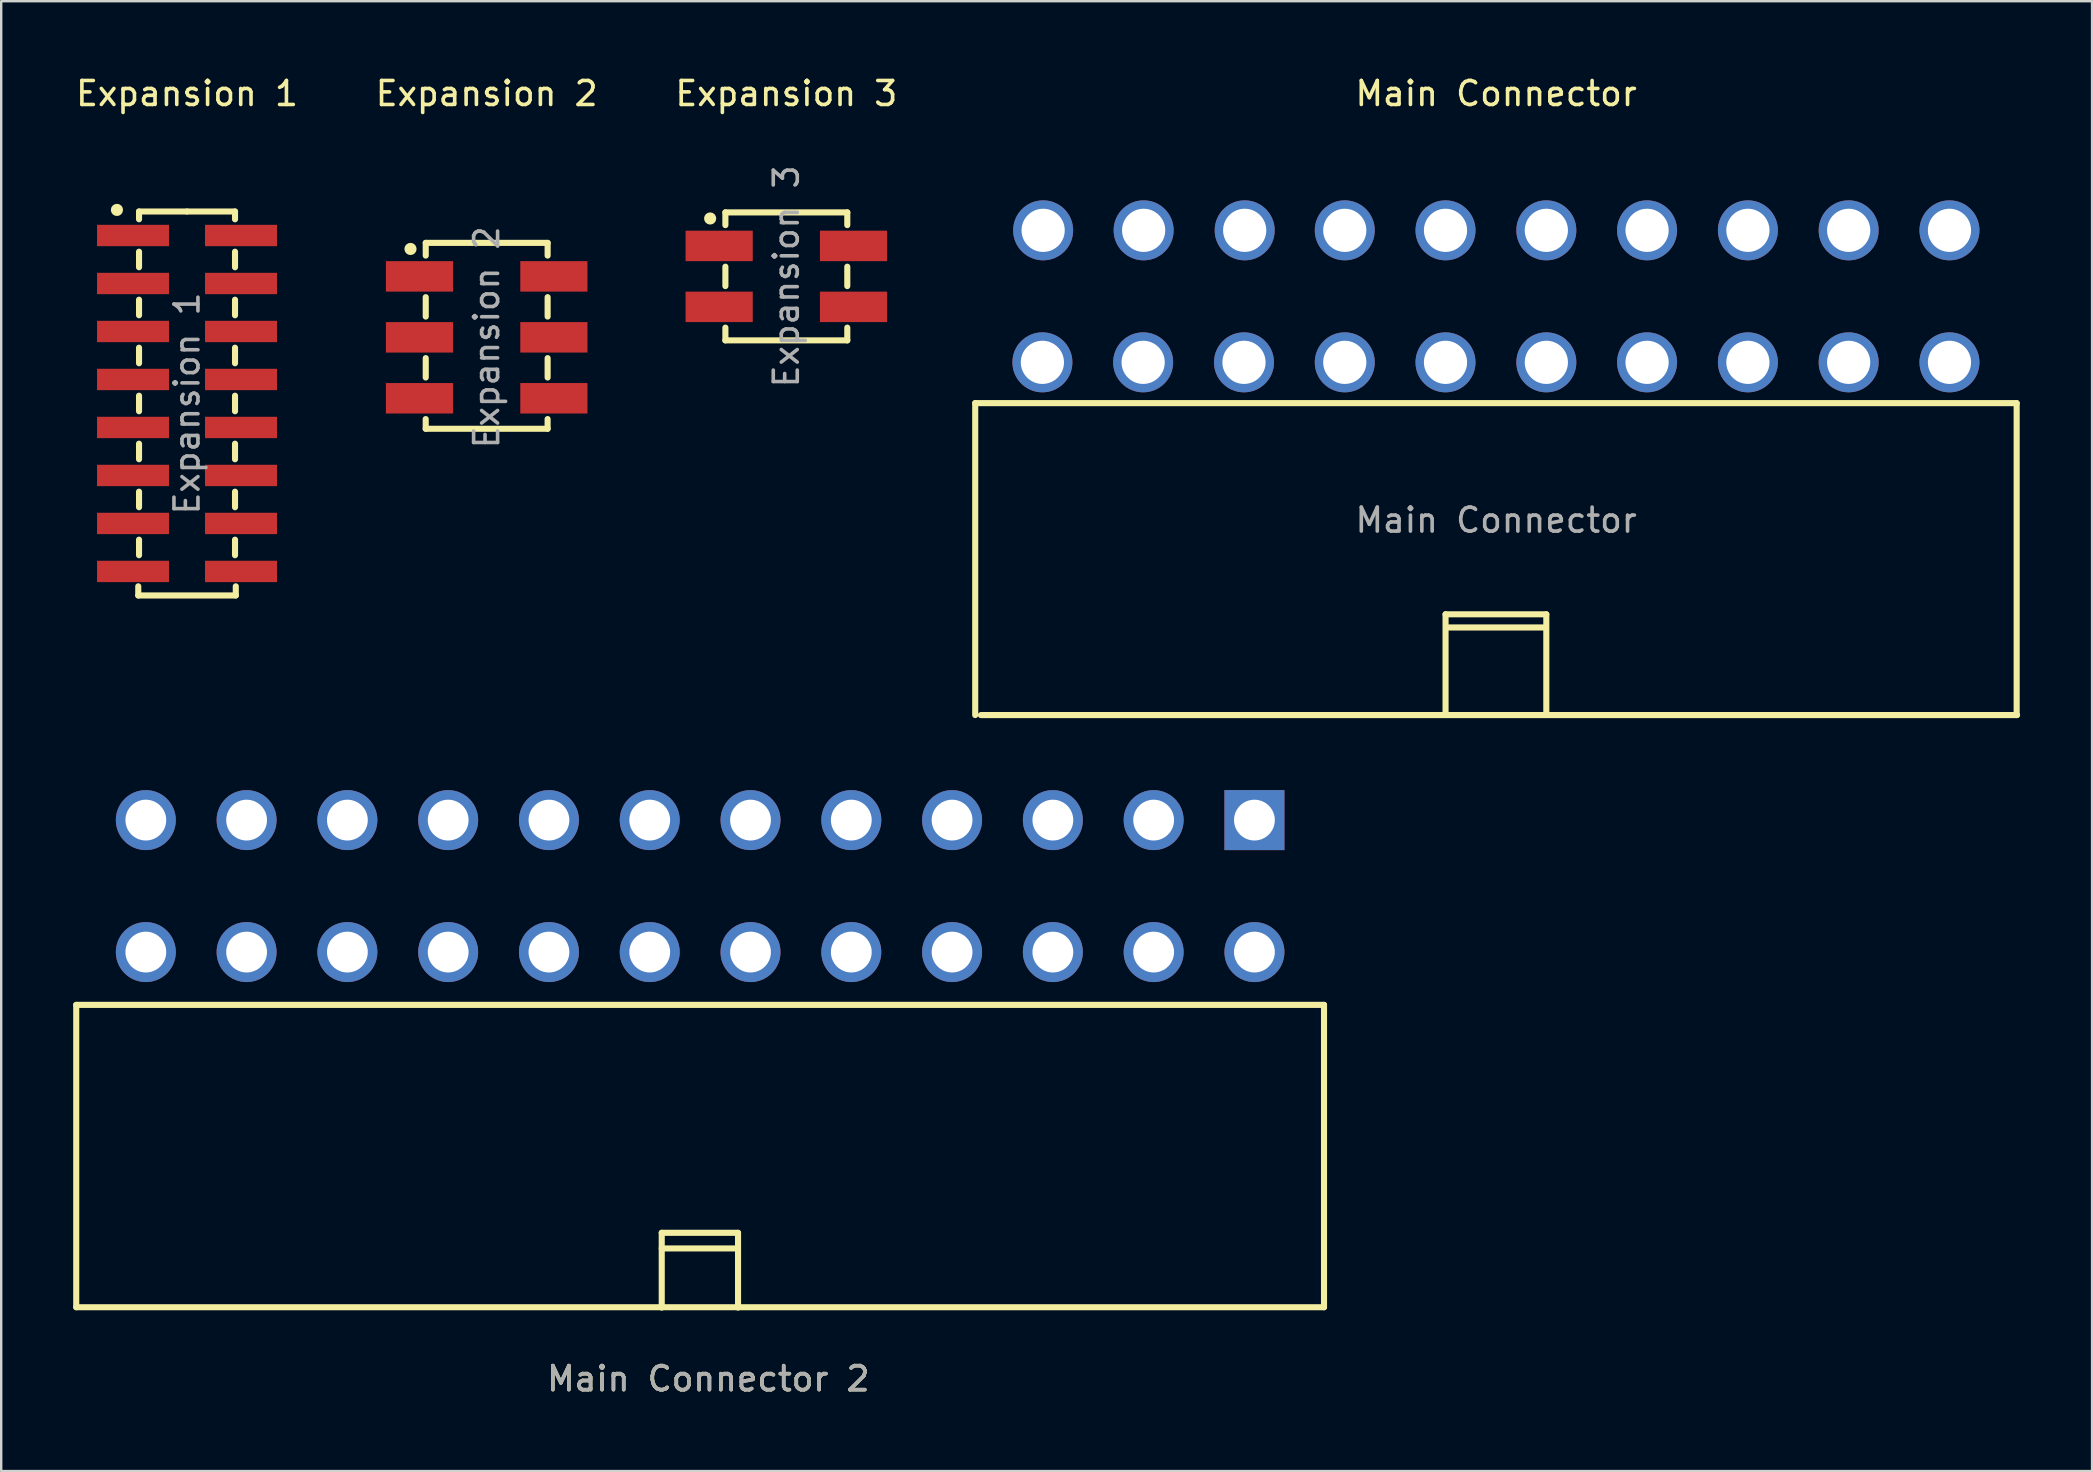
<source format=kicad_pcb>
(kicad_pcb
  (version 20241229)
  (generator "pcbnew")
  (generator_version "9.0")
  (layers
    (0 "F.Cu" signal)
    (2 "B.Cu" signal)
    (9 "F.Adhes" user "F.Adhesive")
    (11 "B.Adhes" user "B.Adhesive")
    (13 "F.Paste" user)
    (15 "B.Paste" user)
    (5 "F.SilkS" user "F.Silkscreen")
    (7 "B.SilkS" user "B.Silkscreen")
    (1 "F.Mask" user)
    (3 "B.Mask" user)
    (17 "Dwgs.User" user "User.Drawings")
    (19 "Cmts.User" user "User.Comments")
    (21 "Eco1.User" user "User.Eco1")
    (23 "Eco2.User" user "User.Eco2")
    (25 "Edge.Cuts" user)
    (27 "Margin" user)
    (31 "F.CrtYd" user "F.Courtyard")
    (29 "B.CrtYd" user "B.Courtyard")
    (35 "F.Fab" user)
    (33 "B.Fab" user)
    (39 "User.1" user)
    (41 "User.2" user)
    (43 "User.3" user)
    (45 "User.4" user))
  (footprint "Main Connector 2"
    (layer "F.Cu")
    (at 26.467 39.167)
    (property "Reference" "Main Connector 2" (at 0 15.24 0) (unlocked yes) (layer "F.SilkS") (effects (font (size 1 1) (thickness 0.15))))
    (attr through_hole)
    (fp_line (start -26.34 -0.34) (end 25.66 -0.34) (stroke (width 0.254) (type solid)) (layer "F.SilkS"))
    (fp_line (start -26.34 12.26) (end -26.34 -0.34) (stroke (width 0.254) (type solid)) (layer "F.SilkS"))
    (fp_line (start -26.34 12.26) (end 25.66 12.26) (stroke (width 0.254) (type solid)) (layer "F.SilkS"))
    (fp_line (start -1.94 9.159) (end 1.24 9.159) (stroke (width 0.254) (type solid)) (layer "F.SilkS"))
    (fp_line (start -1.94 9.81) (end 1.24 9.81) (stroke (width 0.254) (type solid)) (layer "F.SilkS"))
    (fp_line (start -1.94 12.275) (end -1.94 9.159) (stroke (width 0.254) (type solid)) (layer "F.SilkS"))
    (fp_line (start 1.24 9.159) (end 1.24 12.275) (stroke (width 0.254) (type solid)) (layer "F.SilkS"))
    (fp_line (start 25.66 12.26) (end 25.66 -0.34) (stroke (width 0.254) (type solid)) (layer "F.SilkS"))
    (fp_text user "${REFERENCE}" (at 0 15.24 0) (unlocked yes) (layer "F.Fab") (effects (font (size 1 1) (thickness 0.15))))
    (pad "1" thru_hole rect (at 22.76 -8.04) (size 2.5 2.5) (drill 1.7) (layers "*.Cu" "*.Paste" "*.Mask"))
    (pad "2" thru_hole circle (at 22.76 -2.54) (size 2.5 2.5) (drill 1.7) (layers "*.Cu" "*.Paste" "*.Mask"))
    (pad "3" thru_hole circle (at 18.56 -8.04) (size 2.5 2.5) (drill 1.7) (layers "*.Cu" "*.Paste" "*.Mask"))
    (pad "4" thru_hole circle (at 18.56 -2.54) (size 2.5 2.5) (drill 1.7) (layers "*.Cu" "*.Paste" "*.Mask"))
    (pad "5" thru_hole circle (at 14.36 -8.04) (size 2.5 2.5) (drill 1.7) (layers "*.Cu" "*.Paste" "*.Mask"))
    (pad "6" thru_hole circle (at 14.36 -2.54) (size 2.5 2.5) (drill 1.7) (layers "*.Cu" "*.Paste" "*.Mask"))
    (pad "7" thru_hole circle (at 10.16 -8.04) (size 2.5 2.5) (drill 1.7) (layers "*.Cu" "*.Paste" "*.Mask"))
    (pad "8" thru_hole circle (at 10.16 -2.54) (size 2.5 2.5) (drill 1.7) (layers "*.Cu" "*.Paste" "*.Mask"))
    (pad "9" thru_hole circle (at 5.96 -8.04) (size 2.5 2.5) (drill 1.7) (layers "*.Cu" "*.Paste" "*.Mask"))
    (pad "10" thru_hole circle (at 5.96 -2.54) (size 2.5 2.5) (drill 1.7) (layers "*.Cu" "*.Paste" "*.Mask"))
    (pad "11" thru_hole circle (at 1.76 -8.04) (size 2.5 2.5) (drill 1.7) (layers "*.Cu" "*.Paste" "*.Mask"))
    (pad "12" thru_hole circle (at 1.76 -2.54) (size 2.5 2.5) (drill 1.7) (layers "*.Cu" "*.Paste" "*.Mask"))
    (pad "13" thru_hole circle (at -2.44 -8.04) (size 2.5 2.5) (drill 1.7) (layers "*.Cu" "*.Paste" "*.Mask"))
    (pad "14" thru_hole circle (at -2.44 -2.54) (size 2.5 2.5) (drill 1.7) (layers "*.Cu" "*.Paste" "*.Mask"))
    (pad "15" thru_hole circle (at -6.64 -8.04) (size 2.5 2.5) (drill 1.7) (layers "*.Cu" "*.Paste" "*.Mask"))
    (pad "16" thru_hole circle (at -6.64 -2.54) (size 2.5 2.5) (drill 1.7) (layers "*.Cu" "*.Paste" "*.Mask"))
    (pad "17" thru_hole circle (at -10.84 -8.04) (size 2.5 2.5) (drill 1.7) (layers "*.Cu" "*.Paste" "*.Mask"))
    (pad "18" thru_hole circle (at -10.84 -2.54) (size 2.5 2.5) (drill 1.7) (layers "*.Cu" "*.Paste" "*.Mask"))
    (pad "19" thru_hole circle (at -15.04 -8.04) (size 2.5 2.5) (drill 1.7) (layers "*.Cu" "*.Paste" "*.Mask"))
    (pad "20" thru_hole circle (at -15.04 -2.54) (size 2.5 2.5) (drill 1.7) (layers "*.Cu" "*.Paste" "*.Mask"))
    (pad "21" thru_hole circle (at -19.24 -8.04) (size 2.5 2.5) (drill 1.7) (layers "*.Cu" "*.Paste" "*.Mask"))
    (pad "22" thru_hole circle (at -19.24 -2.54) (size 2.5 2.5) (drill 1.7) (layers "*.Cu" "*.Paste" "*.Mask"))
    (pad "23" thru_hole circle (at -23.44 -8.04) (size 2.5 2.5) (drill 1.7) (layers "*.Cu" "*.Paste" "*.Mask"))
    (pad "24" thru_hole circle (at -23.44 -2.54) (size 2.5 2.5) (drill 1.7) (layers "*.Cu" "*.Paste" "*.Mask")))
  (footprint "Main Connector"
    (layer "F.Cu")
    (at 59.3 16.088)
    (property "Reference" "Main Connector" (at 0 -15.24 0) (unlocked yes) (layer "F.SilkS") (effects (font (size 1 1) (thickness 0.15))))
    (attr through_hole)
    (fp_line (start -21.709 -2.338) (end -21.709 10.662) (stroke (width 0.254) (type solid)) (layer "F.SilkS"))
    (fp_line (start -21.709 -2.338) (end 21.692 -2.338) (stroke (width 0.254) (type solid)) (layer "F.SilkS"))
    (fp_line (start -21.471 10.662) (end 21.709 10.662) (stroke (width 0.254) (type solid)) (layer "F.SilkS"))
    (fp_line (start -2.108 6.462) (end 2.091 6.462) (stroke (width 0.254) (type solid)) (layer "F.SilkS"))
    (fp_line (start -2.108 10.662) (end -2.108 6.462) (stroke (width 0.254) (type solid)) (layer "F.SilkS"))
    (fp_line (start -2.041 7.011) (end 2.023 7.011) (stroke (width 0.254) (type solid)) (layer "F.SilkS"))
    (fp_line (start 2.091 6.462) (end 2.091 10.662) (stroke (width 0.254) (type solid)) (layer "F.SilkS"))
    (fp_line (start 21.692 -2.338) (end 21.692 10.662) (stroke (width 0.254) (type solid)) (layer "F.SilkS"))
    (fp_text user "${REFERENCE}" (at 0 2.54 0) (unlocked yes) (layer "F.Fab") (effects (font (size 1 1) (thickness 0.15))))
    (pad "1" thru_hole circle (at -18.909 -4.038) (size 2.5 2.5) (drill 1.8) (layers "*.Cu" "*.Paste" "*.Mask"))
    (pad "2" thru_hole circle (at -18.878 -9.539) (size 2.5 2.5) (drill 1.8) (layers "*.Cu" "*.Paste" "*.Mask"))
    (pad "3" thru_hole circle (at -14.71 -4.038) (size 2.5 2.5) (drill 1.8) (layers "*.Cu" "*.Paste" "*.Mask"))
    (pad "4" thru_hole circle (at -14.69 -9.539) (size 2.5 2.5) (drill 1.8) (layers "*.Cu" "*.Paste" "*.Mask"))
    (pad "5" thru_hole circle (at -10.508 -4.038) (size 2.5 2.5) (drill 1.8) (layers "*.Cu" "*.Paste" "*.Mask"))
    (pad "6" thru_hole circle (at -10.479 -9.539) (size 2.5 2.5) (drill 1.8) (layers "*.Cu" "*.Paste" "*.Mask"))
    (pad "7" thru_hole circle (at -6.308 -4.038) (size 2.5 2.5) (drill 1.8) (layers "*.Cu" "*.Paste" "*.Mask"))
    (pad "8" thru_hole circle (at -6.308 -9.539) (size 2.5 2.5) (drill 1.8) (layers "*.Cu" "*.Paste" "*.Mask"))
    (pad "9" thru_hole circle (at -2.11 -4.038) (size 2.5 2.5) (drill 1.8) (layers "*.Cu" "*.Paste" "*.Mask"))
    (pad "10" thru_hole circle (at -2.11 -9.539) (size 2.5 2.5) (drill 1.8) (layers "*.Cu" "*.Paste" "*.Mask"))
    (pad "11" thru_hole circle (at 2.092 -4.038) (size 2.5 2.5) (drill 1.8) (layers "*.Cu" "*.Paste" "*.Mask"))
    (pad "12" thru_hole circle (at 2.092 -9.539) (size 2.5 2.5) (drill 1.8) (layers "*.Cu" "*.Paste" "*.Mask"))
    (pad "13" thru_hole circle (at 6.29 -4.038) (size 2.5 2.5) (drill 1.8) (layers "*.Cu" "*.Paste" "*.Mask"))
    (pad "14" thru_hole circle (at 6.29 -9.539) (size 2.5 2.5) (drill 1.8) (layers "*.Cu" "*.Paste" "*.Mask"))
    (pad "15" thru_hole circle (at 10.492 -4.038) (size 2.5 2.5) (drill 1.8) (layers "*.Cu" "*.Paste" "*.Mask"))
    (pad "16" thru_hole circle (at 10.492 -9.539) (size 2.5 2.5) (drill 1.8) (layers "*.Cu" "*.Paste" "*.Mask"))
    (pad "17" thru_hole circle (at 14.691 -4.038) (size 2.5 2.5) (drill 1.8) (layers "*.Cu" "*.Paste" "*.Mask"))
    (pad "18" thru_hole circle (at 14.691 -9.539) (size 2.5 2.5) (drill 1.8) (layers "*.Cu" "*.Paste" "*.Mask"))
    (pad "19" thru_hole circle (at 18.892 -4.038) (size 2.5 2.5) (drill 1.8) (layers "*.Cu" "*.Paste" "*.Mask"))
    (pad "20" thru_hole circle (at 18.892 -9.539) (size 2.5 2.5) (drill 1.8) (layers "*.Cu" "*.Paste" "*.Mask")))
  (footprint "Expansion 1"
    (layer "F.Cu")
    (at 4.744 13.548)
    (property "Reference" "Expansion 1" (at 0 -12.7 0) (unlocked yes) (layer "F.SilkS") (effects (font (size 1 1) (thickness 0.15))))
    (attr smd)
    (fp_line (start -2.032 8.217) (end -2.032 7.836) (stroke (width 0.254) (type solid)) (layer "F.SilkS"))
    (fp_line (start -2 -7.784) (end -2 -7.46) (stroke (width 0.254) (type solid)) (layer "F.SilkS"))
    (fp_line (start -2 -6.108) (end -2 -5.46) (stroke (width 0.254) (type solid)) (layer "F.SilkS"))
    (fp_line (start -2 -4.108) (end -2 -3.46) (stroke (width 0.254) (type solid)) (layer "F.SilkS"))
    (fp_line (start -2 -2.108) (end -2 -1.46) (stroke (width 0.254) (type solid)) (layer "F.SilkS"))
    (fp_line (start -2 -0.108) (end -2 0.54) (stroke (width 0.254) (type solid)) (layer "F.SilkS"))
    (fp_line (start -2 1.892) (end -2 2.54) (stroke (width 0.254) (type solid)) (layer "F.SilkS"))
    (fp_line (start -2 3.892) (end -2 4.54) (stroke (width 0.254) (type solid)) (layer "F.SilkS"))
    (fp_line (start -2 5.892) (end -2 6.54) (stroke (width 0.254) (type solid)) (layer "F.SilkS"))
    (fp_line (start 0 -7.784) (end -2 -7.784) (stroke (width 0.254) (type solid)) (layer "F.SilkS"))
    (fp_line (start 0 -7.784) (end 2 -7.784) (stroke (width 0.254) (type solid)) (layer "F.SilkS"))
    (fp_line (start 2 -7.784) (end 2 -7.46) (stroke (width 0.254) (type solid)) (layer "F.SilkS"))
    (fp_line (start 2 -6.108) (end 2 -5.46) (stroke (width 0.254) (type solid)) (layer "F.SilkS"))
    (fp_line (start 2 -4.108) (end 2 -3.46) (stroke (width 0.254) (type solid)) (layer "F.SilkS"))
    (fp_line (start 2 -2.108) (end 2 -1.46) (stroke (width 0.254) (type solid)) (layer "F.SilkS"))
    (fp_line (start 2 -0.108) (end 2 0.54) (stroke (width 0.254) (type solid)) (layer "F.SilkS"))
    (fp_line (start 2 1.892) (end 2 2.54) (stroke (width 0.254) (type solid)) (layer "F.SilkS"))
    (fp_line (start 2 3.892) (end 2 4.54) (stroke (width 0.254) (type solid)) (layer "F.SilkS"))
    (fp_line (start 2 5.892) (end 2 6.54) (stroke (width 0.254) (type solid)) (layer "F.SilkS"))
    (fp_line (start 2.032 7.836) (end 2.032 8.217) (stroke (width 0.254) (type solid)) (layer "F.SilkS"))
    (fp_line (start 2.032 8.217) (end -2.032 8.217) (stroke (width 0.254) (type solid)) (layer "F.SilkS"))
    (fp_circle (center -2.921 -7.85) (end -2.921 -7.723) (stroke (width 0.254) (type solid)) (fill no) (layer "F.SilkS"))
    (fp_text user "${REFERENCE}" (at 0 0.216 90) (unlocked yes) (layer "F.Fab") (effects (font (size 1 1) (thickness 0.15))))
    (pad "1" smd rect (at -2.25 -6.784 270) (size 0.89 3) (layers "F.Cu" "F.Mask" "F.Paste"))
    (pad "2" smd rect (at 2.25 -6.784 270) (size 0.89 3) (layers "F.Cu" "F.Mask" "F.Paste"))
    (pad "3" smd rect (at -2.25 -4.784 270) (size 0.89 3) (layers "F.Cu" "F.Mask" "F.Paste"))
    (pad "4" smd rect (at 2.25 -4.784 270) (size 0.89 3) (layers "F.Cu" "F.Mask" "F.Paste"))
    (pad "5" smd rect (at -2.25 -2.784 270) (size 0.89 3) (layers "F.Cu" "F.Mask" "F.Paste"))
    (pad "6" smd rect (at 2.25 -2.784 270) (size 0.89 3) (layers "F.Cu" "F.Mask" "F.Paste"))
    (pad "7" smd rect (at -2.25 -0.784 270) (size 0.89 3) (layers "F.Cu" "F.Mask" "F.Paste"))
    (pad "8" smd rect (at 2.25 -0.784 270) (size 0.89 3) (layers "F.Cu" "F.Mask" "F.Paste"))
    (pad "9" smd rect (at -2.25 1.216 270) (size 0.89 3) (layers "F.Cu" "F.Mask" "F.Paste"))
    (pad "10" smd rect (at 2.25 1.216 270) (size 0.89 3) (layers "F.Cu" "F.Mask" "F.Paste"))
    (pad "11" smd rect (at -2.25 3.216 270) (size 0.89 3) (layers "F.Cu" "F.Mask" "F.Paste"))
    (pad "12" smd rect (at 2.25 3.216 270) (size 0.89 3) (layers "F.Cu" "F.Mask" "F.Paste"))
    (pad "13" smd rect (at -2.25 5.216 270) (size 0.89 3) (layers "F.Cu" "F.Mask" "F.Paste"))
    (pad "14" smd rect (at 2.25 5.216 270) (size 0.89 3) (layers "F.Cu" "F.Mask" "F.Paste"))
    (pad "15" smd rect (at -2.25 7.216 270) (size 0.89 3) (layers "F.Cu" "F.Mask" "F.Paste"))
    (pad "16" smd rect (at 2.25 7.216 270) (size 0.89 3) (layers "F.Cu" "F.Mask" "F.Paste")))
  (footprint "Expansion 3"
    (layer "F.Cu")
    (at 29.72 8.468)
    (property "Reference" "Expansion 3" (at 0 -7.62 0) (unlocked yes) (layer "F.SilkS") (effects (font (size 1 1) (thickness 0.15))))
    (attr smd)
    (fp_line (start -2.54 -2.667) (end -2.54 -2.136) (stroke (width 0.254) (type solid)) (layer "F.SilkS"))
    (fp_line (start -2.54 -0.404) (end -2.54 0.404) (stroke (width 0.254) (type solid)) (layer "F.SilkS"))
    (fp_line (start -2.54 2.667) (end -2.54 2.136) (stroke (width 0.254) (type solid)) (layer "F.SilkS"))
    (fp_line (start 2.54 -2.667) (end -2.54 -2.667) (stroke (width 0.254) (type solid)) (layer "F.SilkS"))
    (fp_line (start 2.54 -2.667) (end 2.54 -2.136) (stroke (width 0.254) (type solid)) (layer "F.SilkS"))
    (fp_line (start 2.54 -0.404) (end 2.54 0.404) (stroke (width 0.254) (type solid)) (layer "F.SilkS"))
    (fp_line (start 2.54 2.136) (end 2.54 2.667) (stroke (width 0.254) (type solid)) (layer "F.SilkS"))
    (fp_line (start 2.54 2.667) (end -2.54 2.667) (stroke (width 0.254) (type solid)) (layer "F.SilkS"))
    (fp_circle (center -3.175 -2.413) (end -3.175 -2.286) (stroke (width 0.254) (type solid)) (fill no) (layer "F.SilkS"))
    (fp_text user "${REFERENCE}" (at 0 0 90) (unlocked yes) (layer "F.Fab") (effects (font (size 1 1) (thickness 0.15))))
    (pad "1" smd rect (at -2.8 -1.27 270) (size 1.27 2.8) (layers "F.Cu" "F.Mask" "F.Paste"))
    (pad "2" smd rect (at 2.8 -1.27 270) (size 1.27 2.8) (layers "F.Cu" "F.Mask" "F.Paste"))
    (pad "3" smd rect (at -2.8 1.27 270) (size 1.27 2.8) (layers "F.Cu" "F.Mask" "F.Paste"))
    (pad "4" smd rect (at 2.8 1.27 270) (size 1.27 2.8) (layers "F.Cu" "F.Mask" "F.Paste")))
  (footprint "Expansion 2"
    (layer "F.Cu")
    (at 17.232 11.008)
    (property "Reference" "Expansion 2" (at 0 -10.16 0) (unlocked yes) (layer "F.SilkS") (effects (font (size 1 1) (thickness 0.15))))
    (attr smd)
    (fp_line (start -2.541 3.406) (end -2.541 3.81) (stroke (width 0.254) (type solid)) (layer "F.SilkS"))
    (fp_line (start -2.541 3.81) (end 2.539 3.81) (stroke (width 0.254) (type solid)) (layer "F.SilkS"))
    (fp_line (start -2.54 -3.937) (end -2.54 -3.406) (stroke (width 0.254) (type solid)) (layer "F.SilkS"))
    (fp_line (start -2.54 -1.674) (end -2.54 -0.866) (stroke (width 0.254) (type solid)) (layer "F.SilkS"))
    (fp_line (start -2.54 0.866) (end -2.54 1.674) (stroke (width 0.254) (type solid)) (layer "F.SilkS"))
    (fp_line (start 2.539 3.81) (end 2.539 3.406) (stroke (width 0.254) (type solid)) (layer "F.SilkS"))
    (fp_line (start 2.54 -3.937) (end -2.54 -3.937) (stroke (width 0.254) (type solid)) (layer "F.SilkS"))
    (fp_line (start 2.54 -3.937) (end 2.54 -3.406) (stroke (width 0.254) (type solid)) (layer "F.SilkS"))
    (fp_line (start 2.54 -1.674) (end 2.54 -0.866) (stroke (width 0.254) (type solid)) (layer "F.SilkS"))
    (fp_line (start 2.54 0.866) (end 2.54 1.674) (stroke (width 0.254) (type solid)) (layer "F.SilkS"))
    (fp_circle (center -3.175 -3.683) (end -3.175 -3.556) (stroke (width 0.254) (type solid)) (fill no) (layer "F.SilkS"))
    (fp_text user "${REFERENCE}" (at 0 0 90) (unlocked yes) (layer "F.Fab") (effects (font (size 1 1) (thickness 0.15))))
    (pad "1" smd rect (at -2.8 -2.54 270) (size 1.27 2.8) (layers "F.Cu" "F.Mask" "F.Paste"))
    (pad "2" smd rect (at 2.8 -2.54 270) (size 1.27 2.8) (layers "F.Cu" "F.Mask" "F.Paste"))
    (pad "3" smd rect (at -2.8 0 270) (size 1.27 2.8) (layers "F.Cu" "F.Mask" "F.Paste"))
    (pad "4" smd rect (at 2.8 0 270) (size 1.27 2.8) (layers "F.Cu" "F.Mask" "F.Paste"))
    (pad "5" smd rect (at -2.8 2.54 270) (size 1.27 2.8) (layers "F.Cu" "F.Mask" "F.Paste"))
    (pad "6" smd rect (at 2.8 2.54 270) (size 1.27 2.8) (layers "F.Cu" "F.Mask" "F.Paste")))
  (gr_rect
    (start -3 -3)
    (end 84.135 58.255)
    (stroke (width 0.1) (type default))
    (fill no)
    (layer "Edge.Cuts")))
</source>
